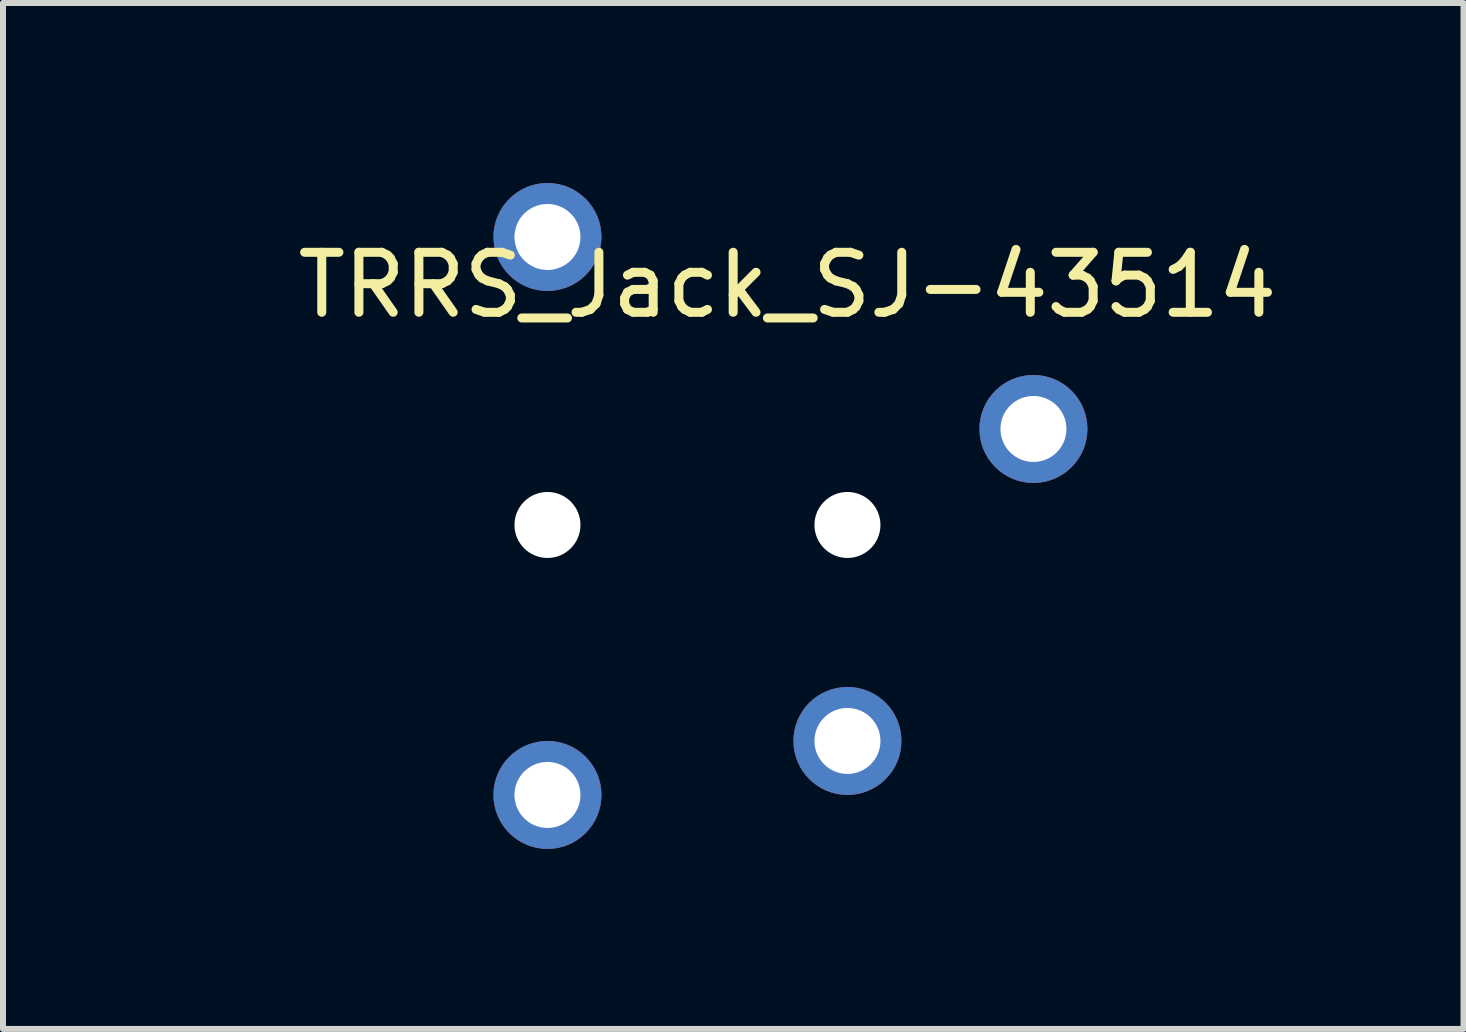
<source format=kicad_pcb>
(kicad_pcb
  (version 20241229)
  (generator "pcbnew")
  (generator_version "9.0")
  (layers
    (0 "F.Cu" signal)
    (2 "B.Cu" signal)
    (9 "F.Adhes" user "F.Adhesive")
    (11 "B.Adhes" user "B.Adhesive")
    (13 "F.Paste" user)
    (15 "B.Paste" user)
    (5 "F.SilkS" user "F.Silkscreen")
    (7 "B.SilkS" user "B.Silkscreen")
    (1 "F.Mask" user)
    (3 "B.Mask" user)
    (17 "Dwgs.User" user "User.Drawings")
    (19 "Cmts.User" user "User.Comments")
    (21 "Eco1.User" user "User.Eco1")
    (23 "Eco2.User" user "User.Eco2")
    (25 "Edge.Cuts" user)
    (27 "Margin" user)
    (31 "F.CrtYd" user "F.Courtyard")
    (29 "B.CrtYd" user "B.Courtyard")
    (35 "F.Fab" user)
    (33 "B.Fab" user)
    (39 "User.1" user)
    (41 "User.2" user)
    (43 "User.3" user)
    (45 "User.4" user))
  (footprint "TRRS_Jack_SJ-43514"
    (layer "F.Cu")
    (at 6.075 5.7)
    (property "Reference" "TRRS_Jack_SJ-43514" (at 4 -4 0) (layer "F.SilkS") (effects (font (size 1 1) (thickness 0.15))))
    (attr through_hole)
    (fp_line (start -6 -3) (end -6 3) (stroke (width 0.15) (type solid)) (layer "Eco1.User"))
    (fp_line (start -6 3) (end -3 3) (stroke (width 0.15) (type solid)) (layer "Eco1.User"))
    (fp_line (start -3 -3) (end -6 -3) (stroke (width 0.15) (type solid)) (layer "Eco1.User"))
    (fp_line (start -2.9 -4.8) (end -2.9 4.5) (stroke (width 0.15) (type solid)) (layer "Eco1.User"))
    (fp_line (start -2.9 -4.8) (end 9 -4.8) (stroke (width 0.15) (type solid)) (layer "Eco1.User"))
    (fp_line (start 9 -4.8) (end 9 4.5) (stroke (width 0.15) (type solid)) (layer "Eco1.User"))
    (fp_line (start 9 4.5) (end -2.9 4.5) (stroke (width 0.15) (type solid)) (layer "Eco1.User"))
    (pad "" np_thru_hole circle (at 0 0) (size 1.1 1.1) (drill 1.1) (layers "*.Cu" "*.Mask"))
    (pad "" np_thru_hole circle (at 5 0) (size 1.1 1.1) (drill 1.1) (layers "*.Cu" "*.Mask"))
    (pad "1" thru_hole circle (at 0 -4.8) (size 1.8 1.8) (drill 1.1) (layers "*.Cu" "*.Mask"))
    (pad "2" thru_hole circle (at 5 3.6) (size 1.8 1.8) (drill 1.1) (layers "*.Cu" "*.Mask"))
    (pad "3" thru_hole circle (at 8.1 -1.6) (size 1.8 1.8) (drill 1.1) (layers "*.Cu" "*.Mask"))
    (pad "4" thru_hole circle (at 0 4.5) (size 1.8 1.8) (drill 1.1) (layers "*.Cu" "*.Mask")))
  (gr_rect
    (start -3 -3)
    (end 21.343 14.1)
    (stroke (width 0.1) (type default))
    (fill no)
    (layer "Edge.Cuts")))
</source>
